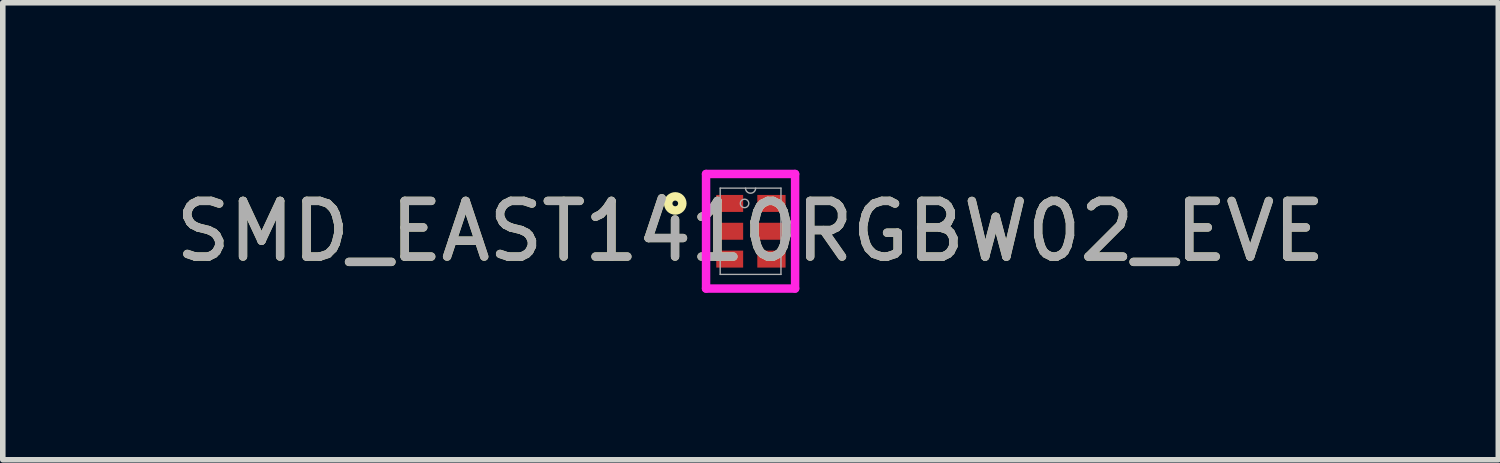
<source format=kicad_pcb>
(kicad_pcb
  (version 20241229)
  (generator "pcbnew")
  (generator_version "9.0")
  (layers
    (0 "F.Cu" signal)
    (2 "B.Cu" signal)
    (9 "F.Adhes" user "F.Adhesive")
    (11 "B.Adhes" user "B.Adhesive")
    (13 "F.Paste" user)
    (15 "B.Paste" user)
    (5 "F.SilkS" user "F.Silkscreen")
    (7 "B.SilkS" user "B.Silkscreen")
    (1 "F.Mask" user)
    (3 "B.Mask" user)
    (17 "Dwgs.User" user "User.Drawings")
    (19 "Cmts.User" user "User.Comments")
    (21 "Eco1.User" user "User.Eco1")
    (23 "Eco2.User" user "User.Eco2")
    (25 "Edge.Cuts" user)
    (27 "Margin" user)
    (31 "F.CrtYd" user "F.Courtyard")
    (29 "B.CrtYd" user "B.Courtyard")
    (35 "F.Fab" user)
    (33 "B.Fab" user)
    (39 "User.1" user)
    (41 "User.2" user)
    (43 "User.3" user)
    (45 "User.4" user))
  (footprint "SMD_EAST1410RGBW02_EVE"
    (layer "F.Cu")
    (at 10.435 1.105)
    (property "Reference" "SMD_EAST1410RGBW02_EVE" (at 0 0 0) (unlocked yes) (layer "F.SilkS") (effects (font (size 1 1) (thickness 0.15))))
    (attr smd)
    (fp_circle (center -1.353 -0.5) (end -1.226 -0.5) (stroke (width 0.152) (type solid)) (fill no) (layer "F.SilkS"))
    (fp_line (start -0.8 -1.029) (end 0.8 -1.029) (stroke (width 0.152) (type solid)) (layer "F.CrtYd"))
    (fp_line (start -0.8 1.029) (end -0.8 -1.029) (stroke (width 0.152) (type solid)) (layer "F.CrtYd"))
    (fp_line (start 0.8 -1.029) (end 0.8 1.029) (stroke (width 0.152) (type solid)) (layer "F.CrtYd"))
    (fp_line (start 0.8 1.029) (end -0.8 1.029) (stroke (width 0.152) (type solid)) (layer "F.CrtYd"))
    (fp_line (start -0.546 -0.775) (end -0.546 0.775) (stroke (width 0.025) (type solid)) (layer "F.Fab"))
    (fp_line (start -0.546 0.775) (end 0.546 0.775) (stroke (width 0.025) (type solid)) (layer "F.Fab"))
    (fp_line (start 0.546 -0.775) (end -0.546 -0.775) (stroke (width 0.025) (type solid)) (layer "F.Fab"))
    (fp_line (start 0.546 0.775) (end 0.546 -0.775) (stroke (width 0.025) (type solid)) (layer "F.Fab"))
    (fp_arc (start 0.091017 -0.7747) (mid 0 -0.683683) (end -0.091017 -0.7747) (stroke (width 0.0254) (type solid)) (layer "F.Fab"))
    (fp_circle (center -0.108 -0.5) (end -0.032 -0.5) (stroke (width 0.025) (type solid)) (fill no) (layer "F.Fab"))
    (fp_text user "${REFERENCE}" (at 0 0 0) (unlocked yes) (layer "F.Fab") (effects (font (size 1 1) (thickness 0.15))))
    (pad "1" smd rect (at -0.375 0) (size 0.483 0.305) (layers "F.Cu" "F.Mask" "F.Paste"))
    (pad "2" smd rect (at -0.375 -0.5) (size 0.483 0.305) (layers "F.Cu" "F.Mask" "F.Paste"))
    (pad "3" smd rect (at -0.375 0.5) (size 0.483 0.305) (layers "F.Cu" "F.Mask" "F.Paste"))
    (pad "4" smd rect (at 0.375 0.5) (size 0.508 0.305) (layers "F.Cu" "F.Mask" "F.Paste"))
    (pad "5" smd rect (at 0.375 0) (size 0.508 0.305) (layers "F.Cu" "F.Mask" "F.Paste"))
    (pad "6" smd rect (at 0.375 -0.5) (size 0.508 0.305) (layers "F.Cu" "F.Mask" "F.Paste")))
  (gr_rect
    (start -3 -3)
    (end 23.869 5.21)
    (stroke (width 0.1) (type default))
    (fill no)
    (layer "Edge.Cuts")))
</source>
